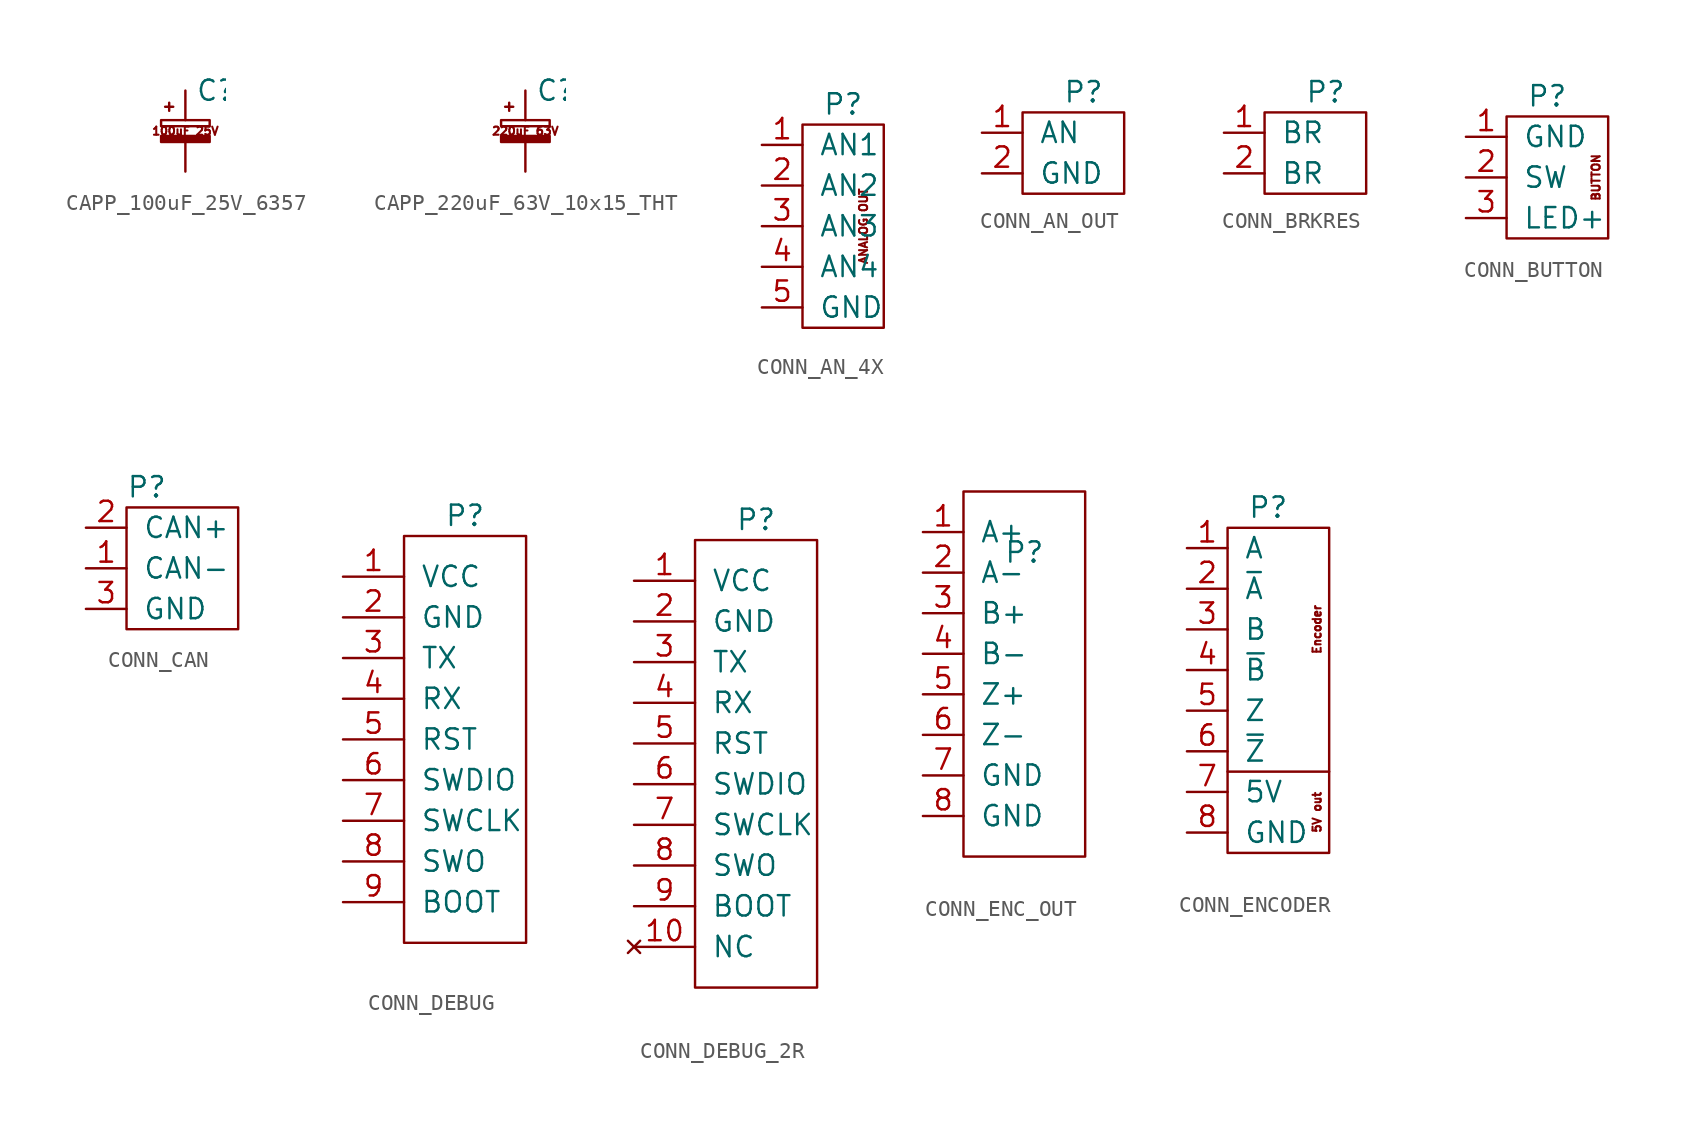
<source format=kicad_sym>
(kicad_symbol_lib
  (version 20211014)
  (generator kicad_symbol_editor)
  (symbol "CAPP_100uF_25V_6357"
    (pin_numbers hide)
    (pin_names
      (offset 0.254))
    (property "Reference" "C"
      (at 0.635 2.54 0)
      (effects (font (size 1.27 1.27)) (justify left)))
    (symbol "CAPP_100uF_25V_6357_0_0"
      (text "100uF 25V" (at 0 0 0) (effects (font (size 0.508 0.508)))))
    (symbol "CAPP_100uF_25V_6357_1_1"
      (rectangle (start -1.524 -0.305) (end 1.524 -0.686) (stroke (width 0) (type default) (color 0 0 0 0)) (fill (type outline)))
      (rectangle (start -1.524 0.686) (end 1.524 0.305) (stroke (width 0) (type default) (color 0 0 0 0)) (fill (type none)))
      (polyline (pts (xy -1.27 1.524) (xy -0.762 1.524)) (stroke (width 0) (type default) (color 0 0 0 0)) (fill (type none)))
      (polyline (pts (xy -1.016 1.27) (xy -1.016 1.778)) (stroke (width 0) (type default) (color 0 0 0 0)) (fill (type none)))
      (pin passive line (at 0 2.54 270) (length 1.854) (name "~" (effects (font (size 1.27 1.27)))) (number "1" (effects (font (size 1.27 1.27)))))
      (pin passive line (at 0 -2.54 90) (length 1.854) (name "~" (effects (font (size 1.27 1.27)))) (number "2" (effects (font (size 1.27 1.27)))))))
  (symbol "CAPP_220uF_63V_10x15_THT"
    (pin_numbers hide)
    (pin_names
      (offset 0.254))
    (property "Reference" "C"
      (at 0.635 2.54 0)
      (effects (font (size 1.27 1.27)) (justify left)))
    (symbol "CAPP_220uF_63V_10x15_THT_0_0"
      (text "220uF 63V" (at 0 0 0) (effects (font (size 0.508 0.508)))))
    (symbol "CAPP_220uF_63V_10x15_THT_1_1"
      (rectangle (start -1.524 -0.305) (end 1.524 -0.686) (stroke (width 0) (type default) (color 0 0 0 0)) (fill (type outline)))
      (rectangle (start -1.524 0.686) (end 1.524 0.305) (stroke (width 0) (type default) (color 0 0 0 0)) (fill (type none)))
      (polyline (pts (xy -1.27 1.524) (xy -0.762 1.524)) (stroke (width 0) (type default) (color 0 0 0 0)) (fill (type none)))
      (polyline (pts (xy -1.016 1.27) (xy -1.016 1.778)) (stroke (width 0) (type default) (color 0 0 0 0)) (fill (type none)))
      (pin passive line (at 0 2.54 270) (length 1.854) (name "~" (effects (font (size 1.27 1.27)))) (number "1" (effects (font (size 1.27 1.27)))))
      (pin passive line (at 0 -2.54 90) (length 1.854) (name "~" (effects (font (size 1.27 1.27)))) (number "2" (effects (font (size 1.27 1.27)))))))
  (symbol "CONN_AN_4X"
    (pin_names
      (offset 1.016))
    (property "Reference" "P"
      (at 0 7.62 0)
      (effects (font (size 1.27 1.27))))
    (symbol "CONN_AN_4X_0_0"
      (text "ANALOG OUT" (at 1.27 0 900) (effects (font (size 0.508 0.508)))))
    (symbol "CONN_AN_4X_0_1"
      (rectangle (start -2.54 6.35) (end 2.54 -6.35) (stroke (width 0) (type default) (color 0 0 0 0)) (fill (type none))))
    (symbol "CONN_AN_4X_1_1"
      (pin input line (at -5.08 5.08 0) (length 2.54) (name "AN1" (effects (font (size 1.27 1.27)))) (number "1" (effects (font (size 1.27 1.27)))))
      (pin input line (at -5.08 2.54 0) (length 2.54) (name "AN2" (effects (font (size 1.27 1.27)))) (number "2" (effects (font (size 1.27 1.27)))))
      (pin input line (at -5.08 0 0) (length 2.54) (name "AN3" (effects (font (size 1.27 1.27)))) (number "3" (effects (font (size 1.27 1.27)))))
      (pin input line (at -5.08 -2.54 0) (length 2.54) (name "AN4" (effects (font (size 1.27 1.27)))) (number "4" (effects (font (size 1.27 1.27)))))
      (pin power_in line (at -5.08 -5.08 0) (length 2.54) (name "GND" (effects (font (size 1.27 1.27)))) (number "5" (effects (font (size 1.27 1.27)))))))
  (symbol "CONN_AN_OUT"
    (pin_names
      (offset 1.016))
    (property "Reference" "P"
      (at 0 3.81 0)
      (effects (font (size 1.27 1.27))))
    (symbol "CONN_AN_OUT_0_1"
      (rectangle (start -3.81 2.54) (end 2.54 -2.54) (stroke (width 0) (type default) (color 0 0 0 0)) (fill (type none))))
    (symbol "CONN_AN_OUT_1_1"
      (pin input line (at -6.35 1.27 0) (length 2.54) (name "AN" (effects (font (size 1.27 1.27)))) (number "1" (effects (font (size 1.27 1.27)))))
      (pin power_in line (at -6.35 -1.27 0) (length 2.54) (name "GND" (effects (font (size 1.27 1.27)))) (number "2" (effects (font (size 1.27 1.27)))))))
  (symbol "CONN_BRKRES"
    (pin_names
      (offset 1.016))
    (property "Reference" "P"
      (at 0 3.81 0)
      (effects (font (size 1.27 1.27))))
    (symbol "CONN_BRKRES_0_1"
      (rectangle (start -3.81 2.54) (end 2.54 -2.54) (stroke (width 0) (type default) (color 0 0 0 0)) (fill (type none))))
    (symbol "CONN_BRKRES_1_1"
      (pin passive line (at -6.35 1.27 0) (length 2.54) (name "BR" (effects (font (size 1.27 1.27)))) (number "1" (effects (font (size 1.27 1.27)))))
      (pin passive line (at -6.35 -1.27 0) (length 2.54) (name "BR" (effects (font (size 1.27 1.27)))) (number "2" (effects (font (size 1.27 1.27)))))))
  (symbol "CONN_BUTTON"
    (pin_names
      (offset 1.016))
    (property "Reference" "P"
      (at -1.27 5.08 0)
      (effects (font (size 1.27 1.27))))
    (symbol "CONN_BUTTON_0_0"
      (text "BUTTON" (at 1.778 0 900) (effects (font (size 0.508 0.508)))))
    (symbol "CONN_BUTTON_0_1"
      (rectangle (start -3.81 3.81) (end 2.54 -3.81) (stroke (width 0) (type default) (color 0 0 0 0)) (fill (type none))))
    (symbol "CONN_BUTTON_1_1"
      (pin power_in line (at -6.35 2.54 0) (length 2.54) (name "GND" (effects (font (size 1.27 1.27)))) (number "1" (effects (font (size 1.27 1.27)))))
      (pin output line (at -6.35 0 0) (length 2.54) (name "SW" (effects (font (size 1.27 1.27)))) (number "2" (effects (font (size 1.27 1.27)))))
      (pin input line (at -6.35 -2.54 0) (length 2.54) (name "LED+" (effects (font (size 1.27 1.27)))) (number "3" (effects (font (size 1.27 1.27)))))))
  (symbol "CONN_CAN"
    (pin_names
      (offset 1.016))
    (property "Reference" "P"
      (at -2.54 5.08 0)
      (effects (font (size 1.27 1.27))))
    (symbol "CONN_CAN_0_1"
      (rectangle (start -3.81 3.81) (end 3.175 -3.81) (stroke (width 0) (type default) (color 0 0 0 0)) (fill (type none))))
    (symbol "CONN_CAN_1_1"
      (pin passive line (at -6.35 0 0) (length 2.54) (name "CAN-" (effects (font (size 1.27 1.27)))) (number "1" (effects (font (size 1.27 1.27)))))
      (pin passive line (at -6.35 2.54 0) (length 2.54) (name "CAN+" (effects (font (size 1.27 1.27)))) (number "2" (effects (font (size 1.27 1.27)))))
      (pin power_in line (at -6.35 -2.54 0) (length 2.54) (name "GND" (effects (font (size 1.27 1.27)))) (number "3" (effects (font (size 1.27 1.27)))))))
  (symbol "CONN_DEBUG"
    (pin_names
      (offset 1.016))
    (property "Reference" "P"
      (at 2.54 12.7 0)
      (effects (font (size 1.27 1.27))))
    (property "Datasheet" ""
      (at 0 2.54 0)
      (effects (font (size 1.27 1.27))))
    (symbol "CONN_DEBUG_0_1"
      (rectangle (start -1.27 11.43) (end 6.35 -13.97) (stroke (width 0) (type default) (color 0 0 0 0)) (fill (type none))))
    (symbol "CONN_DEBUG_1_1"
      (pin passive line (at -5.08 8.89 0) (length 3.81) (name "VCC" (effects (font (size 1.27 1.27)))) (number "1" (effects (font (size 1.27 1.27)))))
      (pin passive line (at -5.08 6.35 0) (length 3.81) (name "GND" (effects (font (size 1.27 1.27)))) (number "2" (effects (font (size 1.27 1.27)))))
      (pin passive line (at -5.08 3.81 0) (length 3.81) (name "TX" (effects (font (size 1.27 1.27)))) (number "3" (effects (font (size 1.27 1.27)))))
      (pin passive line (at -5.08 1.27 0) (length 3.81) (name "RX" (effects (font (size 1.27 1.27)))) (number "4" (effects (font (size 1.27 1.27)))))
      (pin passive line (at -5.08 -1.27 0) (length 3.81) (name "RST" (effects (font (size 1.27 1.27)))) (number "5" (effects (font (size 1.27 1.27)))))
      (pin passive line (at -5.08 -3.81 0) (length 3.81) (name "SWDIO" (effects (font (size 1.27 1.27)))) (number "6" (effects (font (size 1.27 1.27)))))
      (pin passive line (at -5.08 -6.35 0) (length 3.81) (name "SWCLK" (effects (font (size 1.27 1.27)))) (number "7" (effects (font (size 1.27 1.27)))))
      (pin passive line (at -5.08 -8.89 0) (length 3.81) (name "SWO" (effects (font (size 1.27 1.27)))) (number "8" (effects (font (size 1.27 1.27)))))
      (pin passive line (at -5.08 -11.43 0) (length 3.81) (name "BOOT" (effects (font (size 1.27 1.27)))) (number "9" (effects (font (size 1.27 1.27)))))))
  (symbol "CONN_DEBUG_2R"
    (pin_names
      (offset 1.016))
    (property "Reference" "P"
      (at 2.54 12.7 0)
      (effects (font (size 1.27 1.27))))
    (symbol "CONN_DEBUG_2R_0_1"
      (rectangle (start -1.27 11.43) (end 6.35 -16.51) (stroke (width 0) (type default) (color 0 0 0 0)) (fill (type none))))
    (symbol "CONN_DEBUG_2R_1_1"
      (pin passive line (at -5.08 8.89 0) (length 3.81) (name "VCC" (effects (font (size 1.27 1.27)))) (number "1" (effects (font (size 1.27 1.27)))))
      (pin no_connect line (at -5.08 -13.97 0) (length 3.81) (name "NC" (effects (font (size 1.27 1.27)))) (number "10" (effects (font (size 1.27 1.27)))))
      (pin passive line (at -5.08 6.35 0) (length 3.81) (name "GND" (effects (font (size 1.27 1.27)))) (number "2" (effects (font (size 1.27 1.27)))))
      (pin passive line (at -5.08 3.81 0) (length 3.81) (name "TX" (effects (font (size 1.27 1.27)))) (number "3" (effects (font (size 1.27 1.27)))))
      (pin passive line (at -5.08 1.27 0) (length 3.81) (name "RX" (effects (font (size 1.27 1.27)))) (number "4" (effects (font (size 1.27 1.27)))))
      (pin passive line (at -5.08 -1.27 0) (length 3.81) (name "RST" (effects (font (size 1.27 1.27)))) (number "5" (effects (font (size 1.27 1.27)))))
      (pin passive line (at -5.08 -3.81 0) (length 3.81) (name "SWDIO" (effects (font (size 1.27 1.27)))) (number "6" (effects (font (size 1.27 1.27)))))
      (pin passive line (at -5.08 -6.35 0) (length 3.81) (name "SWCLK" (effects (font (size 1.27 1.27)))) (number "7" (effects (font (size 1.27 1.27)))))
      (pin passive line (at -5.08 -8.89 0) (length 3.81) (name "SWO" (effects (font (size 1.27 1.27)))) (number "8" (effects (font (size 1.27 1.27)))))
      (pin passive line (at -5.08 -11.43 0) (length 3.81) (name "BOOT" (effects (font (size 1.27 1.27)))) (number "9" (effects (font (size 1.27 1.27)))))))
  (symbol "CONN_ENC_OUT"
    (pin_names
      (offset 1.016))
    (property "Reference" "P"
      (at 0 7.62 0)
      (effects (font (size 1.27 1.27))))
    (property "Datasheet" ""
      (at -2.54 -2.54 0)
      (effects (font (size 1.27 1.27))))
    (symbol "CONN_ENC_OUT_0_1"
      (rectangle (start -3.81 11.43) (end 3.81 -11.43) (stroke (width 0) (type default) (color 0 0 0 0)) (fill (type none))))
    (symbol "CONN_ENC_OUT_1_1"
      (pin passive line (at -6.35 8.89 0) (length 2.54) (name "A+" (effects (font (size 1.27 1.27)))) (number "1" (effects (font (size 1.27 1.27)))))
      (pin passive line (at -6.35 6.35 0) (length 2.54) (name "A-" (effects (font (size 1.27 1.27)))) (number "2" (effects (font (size 1.27 1.27)))))
      (pin passive line (at -6.35 3.81 0) (length 2.54) (name "B+" (effects (font (size 1.27 1.27)))) (number "3" (effects (font (size 1.27 1.27)))))
      (pin passive line (at -6.35 1.27 0) (length 2.54) (name "B-" (effects (font (size 1.27 1.27)))) (number "4" (effects (font (size 1.27 1.27)))))
      (pin passive line (at -6.35 -1.27 0) (length 2.54) (name "Z+" (effects (font (size 1.27 1.27)))) (number "5" (effects (font (size 1.27 1.27)))))
      (pin passive line (at -6.35 -3.81 0) (length 2.54) (name "Z-" (effects (font (size 1.27 1.27)))) (number "6" (effects (font (size 1.27 1.27)))))
      (pin passive line (at -6.35 -6.35 0) (length 2.54) (name "GND" (effects (font (size 1.27 1.27)))) (number "7" (effects (font (size 1.27 1.27)))))
      (pin passive line (at -6.35 -8.89 0) (length 2.54) (name "GND" (effects (font (size 1.27 1.27)))) (number "8" (effects (font (size 1.27 1.27)))))))
  (symbol "CONN_ENCODER"
    (pin_names
      (offset 1.016))
    (property "Reference" "P"
      (at -1.27 11.43 0)
      (effects (font (size 1.27 1.27))))
    (symbol "CONN_ENCODER_0_0"
      (polyline (pts (xy -3.81 -5.08) (xy 2.54 -5.08)) (stroke (width 0) (type default) (color 0 0 0 0)) (fill (type none)))
      (text "5V out" (at 1.778 -7.62 900) (effects (font (size 0.508 0.508))))
      (text "Encoder" (at 1.778 3.81 900) (effects (font (size 0.508 0.508)))))
    (symbol "CONN_ENCODER_0_1"
      (rectangle (start -3.81 10.16) (end 2.54 -10.16) (stroke (width 0) (type default) (color 0 0 0 0)) (fill (type none))))
    (symbol "CONN_ENCODER_1_1"
      (pin output line (at -6.35 8.89 0) (length 2.54) (name "A" (effects (font (size 1.27 1.27)))) (number "1" (effects (font (size 1.27 1.27)))))
      (pin output line (at -6.35 6.35 0) (length 2.54) (name "~{A}" (effects (font (size 1.27 1.27)))) (number "2" (effects (font (size 1.27 1.27)))))
      (pin output line (at -6.35 3.81 0) (length 2.54) (name "B" (effects (font (size 1.27 1.27)))) (number "3" (effects (font (size 1.27 1.27)))))
      (pin output line (at -6.35 1.27 0) (length 2.54) (name "~{B}" (effects (font (size 1.27 1.27)))) (number "4" (effects (font (size 1.27 1.27)))))
      (pin output line (at -6.35 -1.27 0) (length 2.54) (name "Z" (effects (font (size 1.27 1.27)))) (number "5" (effects (font (size 1.27 1.27)))))
      (pin output line (at -6.35 -3.81 0) (length 2.54) (name "~{Z}" (effects (font (size 1.27 1.27)))) (number "6" (effects (font (size 1.27 1.27)))))
      (pin power_in line (at -6.35 -6.35 0) (length 2.54) (name "5V" (effects (font (size 1.27 1.27)))) (number "7" (effects (font (size 1.27 1.27)))))
      (pin power_in line (at -6.35 -8.89 0) (length 2.54) (name "GND" (effects (font (size 1.27 1.27)))) (number "8" (effects (font (size 1.27 1.27))))))))
</source>
